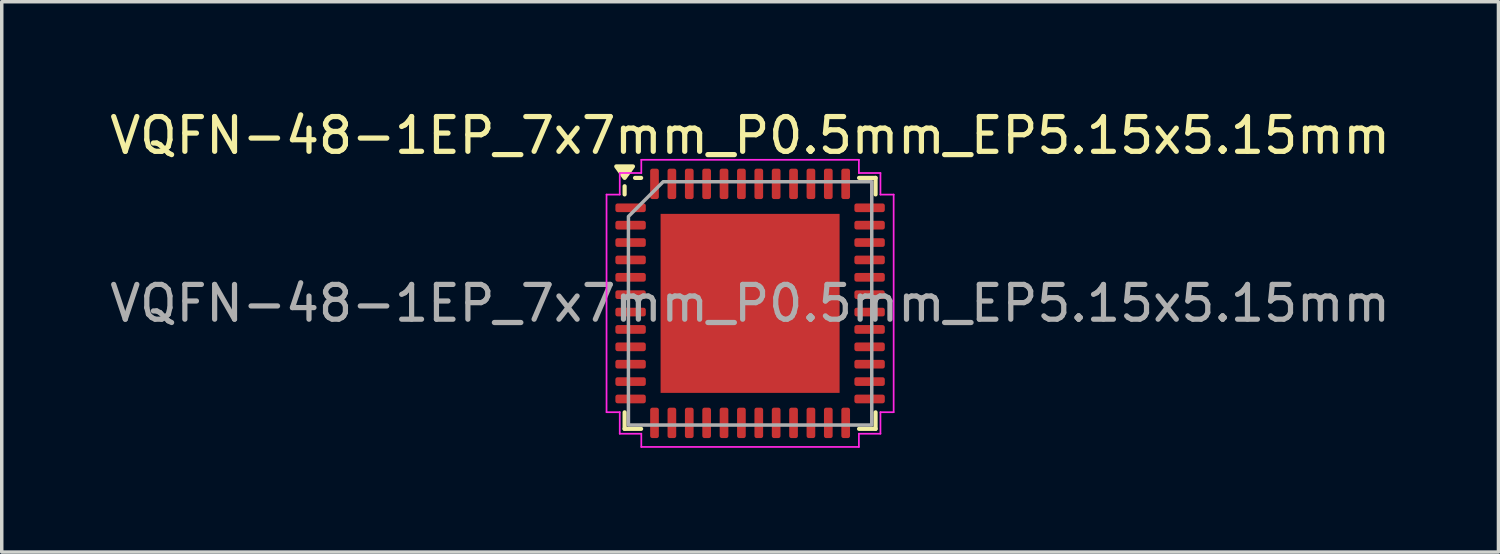
<source format=kicad_pcb>
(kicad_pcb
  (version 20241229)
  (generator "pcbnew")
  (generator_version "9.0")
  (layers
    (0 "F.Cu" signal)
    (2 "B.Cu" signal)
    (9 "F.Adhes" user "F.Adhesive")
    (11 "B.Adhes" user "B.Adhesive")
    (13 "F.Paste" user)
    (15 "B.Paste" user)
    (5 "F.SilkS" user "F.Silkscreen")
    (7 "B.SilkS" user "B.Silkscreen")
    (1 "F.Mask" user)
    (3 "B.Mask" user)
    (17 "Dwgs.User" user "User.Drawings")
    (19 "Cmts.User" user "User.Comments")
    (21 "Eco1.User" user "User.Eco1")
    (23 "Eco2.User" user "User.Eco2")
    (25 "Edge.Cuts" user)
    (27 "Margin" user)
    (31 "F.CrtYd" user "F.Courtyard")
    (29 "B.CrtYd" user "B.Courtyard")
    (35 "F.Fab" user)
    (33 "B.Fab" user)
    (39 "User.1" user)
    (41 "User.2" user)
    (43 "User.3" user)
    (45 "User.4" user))
  (footprint "VQFN-48-1EP_7x7mm_P0.5mm_EP5.15x5.15mm"
    (layer "F.Cu")
    (at 18.53 5.678)
    (property "Reference" "VQFN-48-1EP_7x7mm_P0.5mm_EP5.15x5.15mm" (at 0 -4.83 0) (layer "F.SilkS") (effects (font (size 1 1) (thickness 0.15))))
    (attr smd)
    (fp_line (start -3.61 -3.135) (end -3.61 -3.37) (stroke (width 0.12) (type solid)) (layer "F.SilkS"))
    (fp_line (start -3.61 3.61) (end -3.61 3.135) (stroke (width 0.12) (type solid)) (layer "F.SilkS"))
    (fp_line (start -3.135 -3.61) (end -3.31 -3.61) (stroke (width 0.12) (type solid)) (layer "F.SilkS"))
    (fp_line (start -3.135 3.61) (end -3.61 3.61) (stroke (width 0.12) (type solid)) (layer "F.SilkS"))
    (fp_line (start 3.135 -3.61) (end 3.61 -3.61) (stroke (width 0.12) (type solid)) (layer "F.SilkS"))
    (fp_line (start 3.135 3.61) (end 3.61 3.61) (stroke (width 0.12) (type solid)) (layer "F.SilkS"))
    (fp_line (start 3.61 -3.61) (end 3.61 -3.135) (stroke (width 0.12) (type solid)) (layer "F.SilkS"))
    (fp_line (start 3.61 3.61) (end 3.61 3.135) (stroke (width 0.12) (type solid)) (layer "F.SilkS"))
    (fp_poly (pts (xy -3.61 -3.61) (xy -3.85 -3.94) (xy -3.37 -3.94)) (stroke (width 0.12) (type solid)) (fill yes) (layer "F.SilkS"))
    (fp_line (start -4.13 -3.13) (end -3.75 -3.13) (stroke (width 0.05) (type solid)) (layer "F.CrtYd"))
    (fp_line (start -4.13 3.13) (end -4.13 -3.13) (stroke (width 0.05) (type solid)) (layer "F.CrtYd"))
    (fp_line (start -3.75 -3.75) (end -3.13 -3.75) (stroke (width 0.05) (type solid)) (layer "F.CrtYd"))
    (fp_line (start -3.75 -3.13) (end -3.75 -3.75) (stroke (width 0.05) (type solid)) (layer "F.CrtYd"))
    (fp_line (start -3.75 3.13) (end -4.13 3.13) (stroke (width 0.05) (type solid)) (layer "F.CrtYd"))
    (fp_line (start -3.75 3.75) (end -3.75 3.13) (stroke (width 0.05) (type solid)) (layer "F.CrtYd"))
    (fp_line (start -3.13 -4.13) (end 3.13 -4.13) (stroke (width 0.05) (type solid)) (layer "F.CrtYd"))
    (fp_line (start -3.13 -3.75) (end -3.13 -4.13) (stroke (width 0.05) (type solid)) (layer "F.CrtYd"))
    (fp_line (start -3.13 3.75) (end -3.75 3.75) (stroke (width 0.05) (type solid)) (layer "F.CrtYd"))
    (fp_line (start -3.13 4.13) (end -3.13 3.75) (stroke (width 0.05) (type solid)) (layer "F.CrtYd"))
    (fp_line (start 3.13 -4.13) (end 3.13 -3.75) (stroke (width 0.05) (type solid)) (layer "F.CrtYd"))
    (fp_line (start 3.13 -3.75) (end 3.75 -3.75) (stroke (width 0.05) (type solid)) (layer "F.CrtYd"))
    (fp_line (start 3.13 3.75) (end 3.13 4.13) (stroke (width 0.05) (type solid)) (layer "F.CrtYd"))
    (fp_line (start 3.13 4.13) (end -3.13 4.13) (stroke (width 0.05) (type solid)) (layer "F.CrtYd"))
    (fp_line (start 3.75 -3.75) (end 3.75 -3.13) (stroke (width 0.05) (type solid)) (layer "F.CrtYd"))
    (fp_line (start 3.75 -3.13) (end 4.13 -3.13) (stroke (width 0.05) (type solid)) (layer "F.CrtYd"))
    (fp_line (start 3.75 3.13) (end 3.75 3.75) (stroke (width 0.05) (type solid)) (layer "F.CrtYd"))
    (fp_line (start 3.75 3.75) (end 3.13 3.75) (stroke (width 0.05) (type solid)) (layer "F.CrtYd"))
    (fp_line (start 4.13 -3.13) (end 4.13 3.13) (stroke (width 0.05) (type solid)) (layer "F.CrtYd"))
    (fp_line (start 4.13 3.13) (end 3.75 3.13) (stroke (width 0.05) (type solid)) (layer "F.CrtYd"))
    (fp_poly (pts (xy -3.5 -2.5) (xy -3.5 3.5) (xy 3.5 3.5) (xy 3.5 -3.5) (xy -2.5 -3.5)) (stroke (width 0.1) (type solid)) (fill no) (layer "F.Fab"))
    (fp_text user "${REFERENCE}" (at 0 0 0) (layer "F.Fab") (effects (font (size 1 1) (thickness 0.15))))
    (pad "" smd roundrect (at -1.29 -1.29) (size 2.08 2.08) (layers "F.Paste") (roundrect_rratio 0.12))
    (pad "" smd roundrect (at -1.29 1.29) (size 2.08 2.08) (layers "F.Paste") (roundrect_rratio 0.12))
    (pad "" smd roundrect (at 1.29 -1.29) (size 2.08 2.08) (layers "F.Paste") (roundrect_rratio 0.12))
    (pad "" smd roundrect (at 1.29 1.29) (size 2.08 2.08) (layers "F.Paste") (roundrect_rratio 0.12))
    (pad "1" smd roundrect (at -3.438 -2.75) (size 0.875 0.25) (layers "F.Cu" "F.Mask" "F.Paste") (roundrect_rratio 0.25))
    (pad "2" smd roundrect (at -3.438 -2.25) (size 0.875 0.25) (layers "F.Cu" "F.Mask" "F.Paste") (roundrect_rratio 0.25))
    (pad "3" smd roundrect (at -3.438 -1.75) (size 0.875 0.25) (layers "F.Cu" "F.Mask" "F.Paste") (roundrect_rratio 0.25))
    (pad "4" smd roundrect (at -3.438 -1.25) (size 0.875 0.25) (layers "F.Cu" "F.Mask" "F.Paste") (roundrect_rratio 0.25))
    (pad "5" smd roundrect (at -3.438 -0.75) (size 0.875 0.25) (layers "F.Cu" "F.Mask" "F.Paste") (roundrect_rratio 0.25))
    (pad "6" smd roundrect (at -3.438 -0.25) (size 0.875 0.25) (layers "F.Cu" "F.Mask" "F.Paste") (roundrect_rratio 0.25))
    (pad "7" smd roundrect (at -3.438 0.25) (size 0.875 0.25) (layers "F.Cu" "F.Mask" "F.Paste") (roundrect_rratio 0.25))
    (pad "8" smd roundrect (at -3.438 0.75) (size 0.875 0.25) (layers "F.Cu" "F.Mask" "F.Paste") (roundrect_rratio 0.25))
    (pad "9" smd roundrect (at -3.438 1.25) (size 0.875 0.25) (layers "F.Cu" "F.Mask" "F.Paste") (roundrect_rratio 0.25))
    (pad "10" smd roundrect (at -3.438 1.75) (size 0.875 0.25) (layers "F.Cu" "F.Mask" "F.Paste") (roundrect_rratio 0.25))
    (pad "11" smd roundrect (at -3.438 2.25) (size 0.875 0.25) (layers "F.Cu" "F.Mask" "F.Paste") (roundrect_rratio 0.25))
    (pad "12" smd roundrect (at -3.438 2.75) (size 0.875 0.25) (layers "F.Cu" "F.Mask" "F.Paste") (roundrect_rratio 0.25))
    (pad "13" smd roundrect (at -2.75 3.438) (size 0.25 0.875) (layers "F.Cu" "F.Mask" "F.Paste") (roundrect_rratio 0.25))
    (pad "14" smd roundrect (at -2.25 3.438) (size 0.25 0.875) (layers "F.Cu" "F.Mask" "F.Paste") (roundrect_rratio 0.25))
    (pad "15" smd roundrect (at -1.75 3.438) (size 0.25 0.875) (layers "F.Cu" "F.Mask" "F.Paste") (roundrect_rratio 0.25))
    (pad "16" smd roundrect (at -1.25 3.438) (size 0.25 0.875) (layers "F.Cu" "F.Mask" "F.Paste") (roundrect_rratio 0.25))
    (pad "17" smd roundrect (at -0.75 3.438) (size 0.25 0.875) (layers "F.Cu" "F.Mask" "F.Paste") (roundrect_rratio 0.25))
    (pad "18" smd roundrect (at -0.25 3.438) (size 0.25 0.875) (layers "F.Cu" "F.Mask" "F.Paste") (roundrect_rratio 0.25))
    (pad "19" smd roundrect (at 0.25 3.438) (size 0.25 0.875) (layers "F.Cu" "F.Mask" "F.Paste") (roundrect_rratio 0.25))
    (pad "20" smd roundrect (at 0.75 3.438) (size 0.25 0.875) (layers "F.Cu" "F.Mask" "F.Paste") (roundrect_rratio 0.25))
    (pad "21" smd roundrect (at 1.25 3.438) (size 0.25 0.875) (layers "F.Cu" "F.Mask" "F.Paste") (roundrect_rratio 0.25))
    (pad "22" smd roundrect (at 1.75 3.438) (size 0.25 0.875) (layers "F.Cu" "F.Mask" "F.Paste") (roundrect_rratio 0.25))
    (pad "23" smd roundrect (at 2.25 3.438) (size 0.25 0.875) (layers "F.Cu" "F.Mask" "F.Paste") (roundrect_rratio 0.25))
    (pad "24" smd roundrect (at 2.75 3.438) (size 0.25 0.875) (layers "F.Cu" "F.Mask" "F.Paste") (roundrect_rratio 0.25))
    (pad "25" smd roundrect (at 3.438 2.75) (size 0.875 0.25) (layers "F.Cu" "F.Mask" "F.Paste") (roundrect_rratio 0.25))
    (pad "26" smd roundrect (at 3.438 2.25) (size 0.875 0.25) (layers "F.Cu" "F.Mask" "F.Paste") (roundrect_rratio 0.25))
    (pad "27" smd roundrect (at 3.438 1.75) (size 0.875 0.25) (layers "F.Cu" "F.Mask" "F.Paste") (roundrect_rratio 0.25))
    (pad "28" smd roundrect (at 3.438 1.25) (size 0.875 0.25) (layers "F.Cu" "F.Mask" "F.Paste") (roundrect_rratio 0.25))
    (pad "29" smd roundrect (at 3.438 0.75) (size 0.875 0.25) (layers "F.Cu" "F.Mask" "F.Paste") (roundrect_rratio 0.25))
    (pad "30" smd roundrect (at 3.438 0.25) (size 0.875 0.25) (layers "F.Cu" "F.Mask" "F.Paste") (roundrect_rratio 0.25))
    (pad "31" smd roundrect (at 3.438 -0.25) (size 0.875 0.25) (layers "F.Cu" "F.Mask" "F.Paste") (roundrect_rratio 0.25))
    (pad "32" smd roundrect (at 3.438 -0.75) (size 0.875 0.25) (layers "F.Cu" "F.Mask" "F.Paste") (roundrect_rratio 0.25))
    (pad "33" smd roundrect (at 3.438 -1.25) (size 0.875 0.25) (layers "F.Cu" "F.Mask" "F.Paste") (roundrect_rratio 0.25))
    (pad "34" smd roundrect (at 3.438 -1.75) (size 0.875 0.25) (layers "F.Cu" "F.Mask" "F.Paste") (roundrect_rratio 0.25))
    (pad "35" smd roundrect (at 3.438 -2.25) (size 0.875 0.25) (layers "F.Cu" "F.Mask" "F.Paste") (roundrect_rratio 0.25))
    (pad "36" smd roundrect (at 3.438 -2.75) (size 0.875 0.25) (layers "F.Cu" "F.Mask" "F.Paste") (roundrect_rratio 0.25))
    (pad "37" smd roundrect (at 2.75 -3.438) (size 0.25 0.875) (layers "F.Cu" "F.Mask" "F.Paste") (roundrect_rratio 0.25))
    (pad "38" smd roundrect (at 2.25 -3.438) (size 0.25 0.875) (layers "F.Cu" "F.Mask" "F.Paste") (roundrect_rratio 0.25))
    (pad "39" smd roundrect (at 1.75 -3.438) (size 0.25 0.875) (layers "F.Cu" "F.Mask" "F.Paste") (roundrect_rratio 0.25))
    (pad "40" smd roundrect (at 1.25 -3.438) (size 0.25 0.875) (layers "F.Cu" "F.Mask" "F.Paste") (roundrect_rratio 0.25))
    (pad "41" smd roundrect (at 0.75 -3.438) (size 0.25 0.875) (layers "F.Cu" "F.Mask" "F.Paste") (roundrect_rratio 0.25))
    (pad "42" smd roundrect (at 0.25 -3.438) (size 0.25 0.875) (layers "F.Cu" "F.Mask" "F.Paste") (roundrect_rratio 0.25))
    (pad "43" smd roundrect (at -0.25 -3.438) (size 0.25 0.875) (layers "F.Cu" "F.Mask" "F.Paste") (roundrect_rratio 0.25))
    (pad "44" smd roundrect (at -0.75 -3.438) (size 0.25 0.875) (layers "F.Cu" "F.Mask" "F.Paste") (roundrect_rratio 0.25))
    (pad "45" smd roundrect (at -1.25 -3.438) (size 0.25 0.875) (layers "F.Cu" "F.Mask" "F.Paste") (roundrect_rratio 0.25))
    (pad "46" smd roundrect (at -1.75 -3.438) (size 0.25 0.875) (layers "F.Cu" "F.Mask" "F.Paste") (roundrect_rratio 0.25))
    (pad "47" smd roundrect (at -2.25 -3.438) (size 0.25 0.875) (layers "F.Cu" "F.Mask" "F.Paste") (roundrect_rratio 0.25))
    (pad "48" smd roundrect (at -2.75 -3.438) (size 0.25 0.875) (layers "F.Cu" "F.Mask" "F.Paste") (roundrect_rratio 0.25))
    (pad "49" smd rect (at 0 0) (size 5.15 5.15) (property pad_prop_heatsink) (layers "F.Cu" "F.Mask")))
  (gr_rect
    (start -3 -3)
    (end 40.06 12.833)
    (stroke (width 0.1) (type default))
    (fill no)
    (layer "Edge.Cuts")))
</source>
